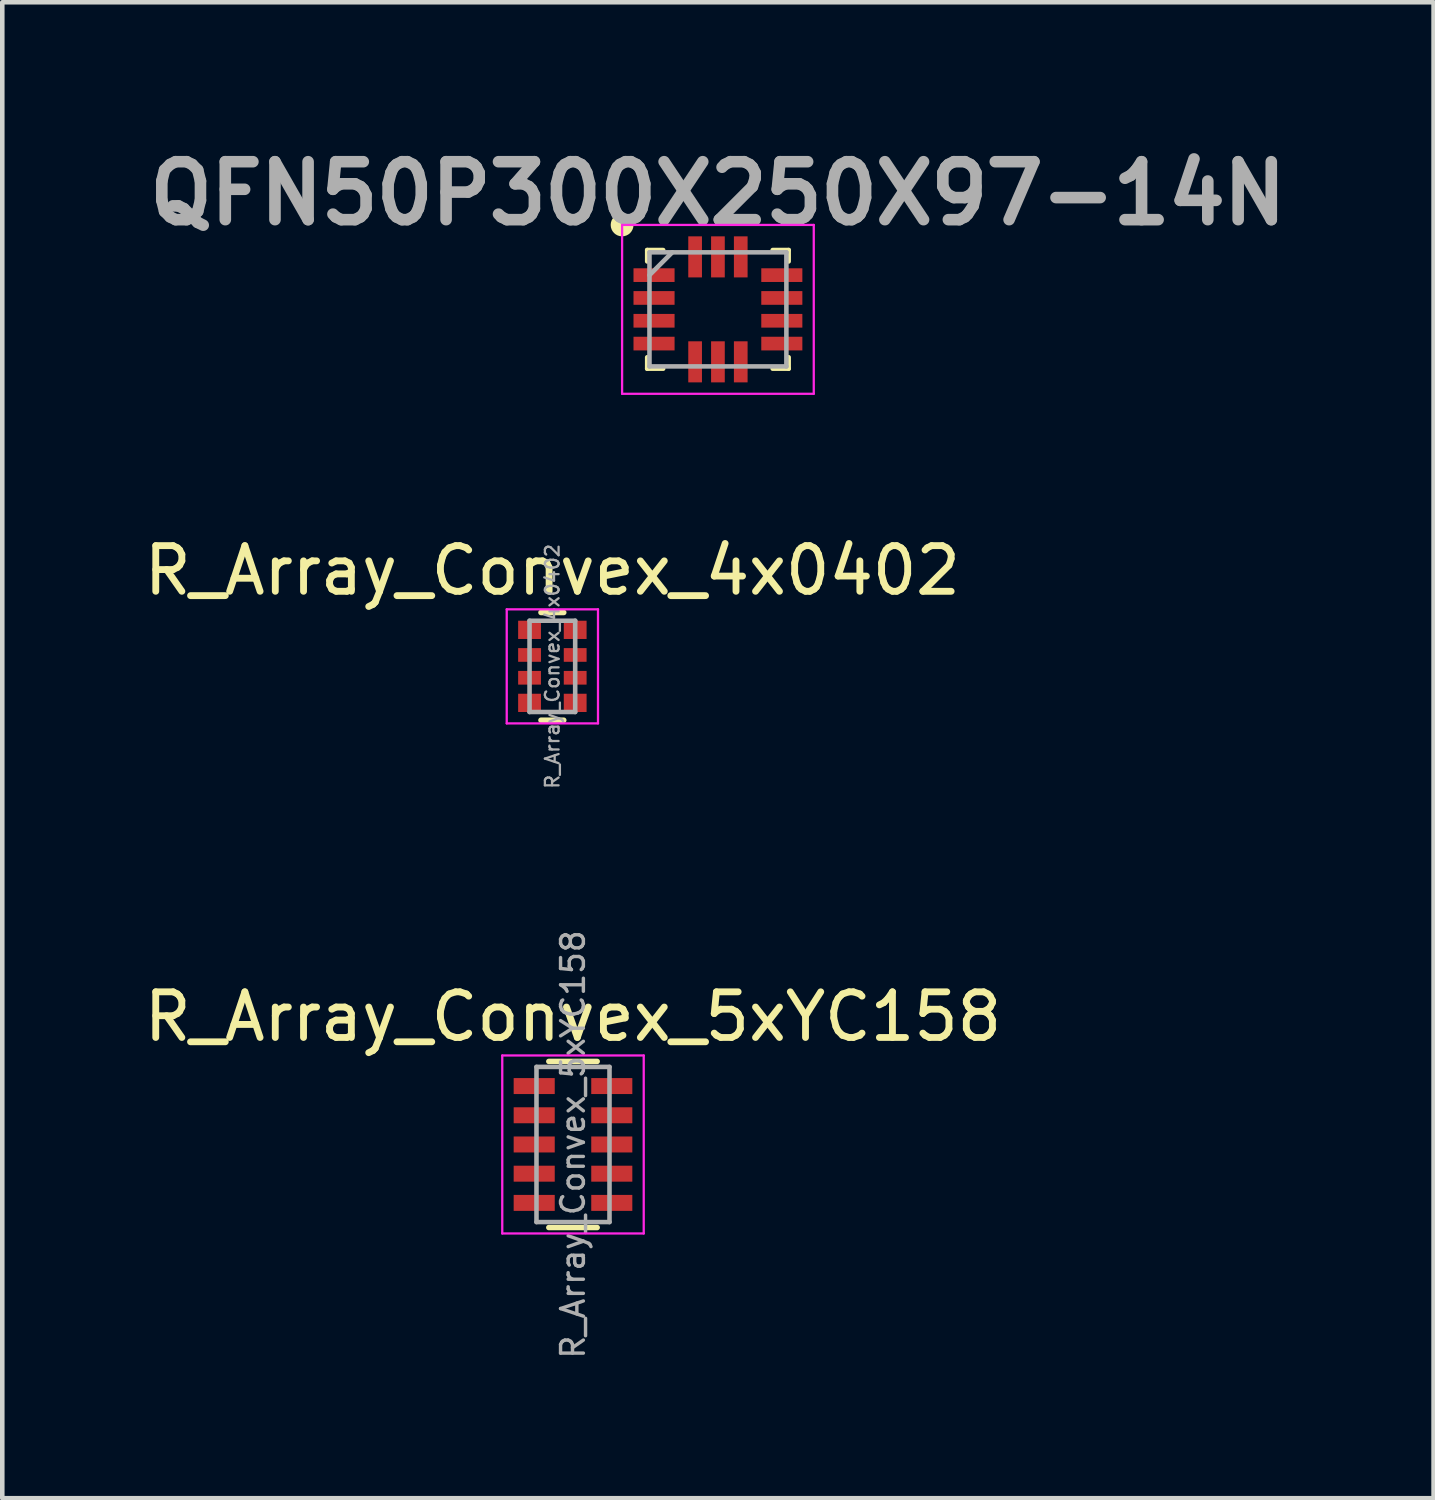
<source format=kicad_pcb>
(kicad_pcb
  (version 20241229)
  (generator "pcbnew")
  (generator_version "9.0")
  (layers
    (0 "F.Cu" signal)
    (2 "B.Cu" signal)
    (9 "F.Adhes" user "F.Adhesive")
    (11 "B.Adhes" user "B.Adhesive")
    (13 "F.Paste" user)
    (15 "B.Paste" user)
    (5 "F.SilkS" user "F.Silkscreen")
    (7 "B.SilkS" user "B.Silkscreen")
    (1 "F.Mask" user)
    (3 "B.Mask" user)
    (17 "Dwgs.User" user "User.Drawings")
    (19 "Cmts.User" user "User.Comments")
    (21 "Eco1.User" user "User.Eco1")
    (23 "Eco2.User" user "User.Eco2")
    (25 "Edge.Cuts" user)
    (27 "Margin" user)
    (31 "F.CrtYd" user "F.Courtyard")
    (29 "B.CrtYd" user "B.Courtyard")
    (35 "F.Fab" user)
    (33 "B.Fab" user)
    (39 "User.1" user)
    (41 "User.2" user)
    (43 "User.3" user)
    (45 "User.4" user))
  (footprint "QFN50P300X250X97-14N"
    (layer "F.Cu")
    (at 12.682 3.729)
    (property "Reference" "QFN50P300X250X97-14N" (at 0 -2.54 0) (layer "F.Fab") (effects (font (size 1.27 1.27) (thickness 0.254))))
    (attr smd)
    (fp_line (start -1.55 -1.3) (end -1.55 -1.05) (stroke (width 0.1) (type solid)) (layer "F.SilkS"))
    (fp_line (start -1.55 1.3) (end -1.55 1.05) (stroke (width 0.1) (type solid)) (layer "F.SilkS"))
    (fp_line (start -1.2 -1.3) (end -1.55 -1.3) (stroke (width 0.1) (type solid)) (layer "F.SilkS"))
    (fp_line (start -1.2 1.3) (end -1.55 1.3) (stroke (width 0.1) (type solid)) (layer "F.SilkS"))
    (fp_line (start 1.2 -1.3) (end 1.55 -1.3) (stroke (width 0.1) (type solid)) (layer "F.SilkS"))
    (fp_line (start 1.2 1.3) (end 1.55 1.3) (stroke (width 0.1) (type solid)) (layer "F.SilkS"))
    (fp_line (start 1.55 -1.3) (end 1.55 -1.05) (stroke (width 0.1) (type solid)) (layer "F.SilkS"))
    (fp_line (start 1.55 1.3) (end 1.55 1.05) (stroke (width 0.1) (type solid)) (layer "F.SilkS"))
    (fp_circle (center -2.1 -1.85) (end -2.1 -1.725) (stroke (width 0.25) (type solid)) (fill no) (layer "F.SilkS"))
    (fp_line (start -2.1 -1.85) (end 2.1 -1.85) (stroke (width 0.05) (type solid)) (layer "F.CrtYd"))
    (fp_line (start -2.1 1.85) (end -2.1 -1.85) (stroke (width 0.05) (type solid)) (layer "F.CrtYd"))
    (fp_line (start 2.1 -1.85) (end 2.1 1.85) (stroke (width 0.05) (type solid)) (layer "F.CrtYd"))
    (fp_line (start 2.1 1.85) (end -2.1 1.85) (stroke (width 0.05) (type solid)) (layer "F.CrtYd"))
    (fp_line (start -1.5 -1.25) (end 1.5 -1.25) (stroke (width 0.1) (type solid)) (layer "F.Fab"))
    (fp_line (start -1.5 -0.75) (end -1 -1.25) (stroke (width 0.1) (type solid)) (layer "F.Fab"))
    (fp_line (start -1.5 1.25) (end -1.5 -1.25) (stroke (width 0.1) (type solid)) (layer "F.Fab"))
    (fp_line (start 1.5 -1.25) (end 1.5 1.25) (stroke (width 0.1) (type solid)) (layer "F.Fab"))
    (fp_line (start 1.5 1.25) (end -1.5 1.25) (stroke (width 0.1) (type solid)) (layer "F.Fab"))
    (fp_line (start -0.75 -0.25) (end -0.5 -0.75) (stroke (width 0.01) (type solid)) (layer "User.1"))
    (fp_line (start -0.5 -0.75) (end -0.25 -0.25) (stroke (width 0.01) (type solid)) (layer "User.1"))
    (fp_line (start -0.5 0.25) (end -0.5 -0.75) (stroke (width 0.01) (type solid)) (layer "User.1"))
    (fp_line (start -0.25 0.5) (end 0.75 0.5) (stroke (width 0.01) (type solid)) (layer "User.1"))
    (fp_line (start 0.25 0.25) (end 0.75 0.5) (stroke (width 0.01) (type solid)) (layer "User.1"))
    (fp_line (start 0.75 0.5) (end 0.25 0.75) (stroke (width 0.01) (type solid)) (layer "User.1"))
    (fp_circle (center -0.5 0.5) (end -0.5 0.5) (stroke (width 0.12) (type solid)) (fill no) (layer "User.1"))
    (fp_circle (center -0.5 0.5) (end -0.25 0.5) (stroke (width 0.01) (type solid)) (fill no) (layer "User.1"))
    (fp_text user "From https://github.com/tetra-aero/ICM-42688-P_breakout/blob/main/ICM-42688-P_breakout/ICM-42688-P_breakout.kicad_pcb" (at 0.1 1 0) (unlocked yes) (layer "User.1") (effects (font (size 0.025 0.025) (thickness 0.003))))
    (fp_text user "Z" (at -0.25 0.25 0) (unlocked yes) (layer "User.1") (effects (font (size 0.25 0.25) (thickness 0.015))))
    (fp_text user "X" (at 0.75 0.25 0) (unlocked yes) (layer "User.1") (effects (font (size 0.25 0.25) (thickness 0.015))))
    (fp_text user "Y" (at -0.25 -0.5 0) (unlocked yes) (layer "User.1") (effects (font (size 0.25 0.25) (thickness 0.015))))
    (pad "1" smd rect (at -1.4 -0.75 90) (size 0.3 0.9) (layers "F.Cu" "F.Mask" "F.Paste"))
    (pad "2" smd rect (at -1.4 -0.25 90) (size 0.3 0.9) (layers "F.Cu" "F.Mask" "F.Paste"))
    (pad "3" smd rect (at -1.4 0.25 90) (size 0.3 0.9) (layers "F.Cu" "F.Mask" "F.Paste"))
    (pad "4" smd rect (at -1.4 0.75 90) (size 0.3 0.9) (layers "F.Cu" "F.Mask" "F.Paste"))
    (pad "5" smd rect (at -0.5 1.15) (size 0.3 0.9) (layers "F.Cu" "F.Mask" "F.Paste"))
    (pad "6" smd rect (at 0 1.15) (size 0.3 0.9) (layers "F.Cu" "F.Mask" "F.Paste"))
    (pad "7" smd rect (at 0.5 1.15) (size 0.3 0.9) (layers "F.Cu" "F.Mask" "F.Paste"))
    (pad "8" smd rect (at 1.4 0.75 90) (size 0.3 0.9) (layers "F.Cu" "F.Mask" "F.Paste"))
    (pad "9" smd rect (at 1.4 0.25 90) (size 0.3 0.9) (layers "F.Cu" "F.Mask" "F.Paste"))
    (pad "10" smd rect (at 1.4 -0.25 90) (size 0.3 0.9) (layers "F.Cu" "F.Mask" "F.Paste"))
    (pad "11" smd rect (at 1.4 -0.75 90) (size 0.3 0.9) (layers "F.Cu" "F.Mask" "F.Paste"))
    (pad "12" smd rect (at 0.5 -1.15) (size 0.3 0.9) (layers "F.Cu" "F.Mask" "F.Paste"))
    (pad "13" smd rect (at 0 -1.15) (size 0.3 0.9) (layers "F.Cu" "F.Mask" "F.Paste"))
    (pad "14" smd rect (at -0.5 -1.15) (size 0.3 0.9) (layers "F.Cu" "F.Mask" "F.Paste")))
  (footprint "R_Array_Convex_4x0402"
    (layer "F.Cu")
    (at 9.054 11.552)
    (property "Reference" "R_Array_Convex_4x0402" (at 0 -2.1 0) (layer "F.SilkS") (effects (font (size 1 1) (thickness 0.15))))
    (attr smd)
    (fp_line (start 0.25 -1.18) (end -0.25 -1.18) (stroke (width 0.12) (type solid)) (layer "F.SilkS"))
    (fp_line (start 0.25 1.18) (end -0.25 1.18) (stroke (width 0.12) (type solid)) (layer "F.SilkS"))
    (fp_line (start -1 -1.25) (end -1 1.25) (stroke (width 0.05) (type solid)) (layer "F.CrtYd"))
    (fp_line (start -1 -1.25) (end 1 -1.25) (stroke (width 0.05) (type solid)) (layer "F.CrtYd"))
    (fp_line (start 1 1.25) (end -1 1.25) (stroke (width 0.05) (type solid)) (layer "F.CrtYd"))
    (fp_line (start 1 1.25) (end 1 -1.25) (stroke (width 0.05) (type solid)) (layer "F.CrtYd"))
    (fp_line (start -0.5 -1) (end 0.5 -1) (stroke (width 0.1) (type solid)) (layer "F.Fab"))
    (fp_line (start -0.5 1) (end -0.5 -1) (stroke (width 0.1) (type solid)) (layer "F.Fab"))
    (fp_line (start 0.5 -1) (end 0.5 1) (stroke (width 0.1) (type solid)) (layer "F.Fab"))
    (fp_line (start 0.5 1) (end -0.5 1) (stroke (width 0.1) (type solid)) (layer "F.Fab"))
    (fp_text user "${REFERENCE}" (at 0 0 90) (layer "F.Fab") (effects (font (size 0.3 0.3) (thickness 0.05))))
    (pad "1" smd rect (at -0.5 -0.8) (size 0.5 0.4) (layers "F.Cu" "F.Mask" "F.Paste"))
    (pad "2" smd rect (at -0.5 -0.25) (size 0.5 0.3) (layers "F.Cu" "F.Mask" "F.Paste"))
    (pad "3" smd rect (at -0.5 0.25) (size 0.5 0.3) (layers "F.Cu" "F.Mask" "F.Paste"))
    (pad "4" smd rect (at -0.5 0.8) (size 0.5 0.4) (layers "F.Cu" "F.Mask" "F.Paste"))
    (pad "5" smd rect (at 0.5 0.8) (size 0.5 0.4) (layers "F.Cu" "F.Mask" "F.Paste"))
    (pad "6" smd rect (at 0.5 0.25) (size 0.5 0.3) (layers "F.Cu" "F.Mask" "F.Paste"))
    (pad "7" smd rect (at 0.5 -0.25) (size 0.5 0.3) (layers "F.Cu" "F.Mask" "F.Paste"))
    (pad "8" smd rect (at 0.5 -0.8) (size 0.5 0.4) (layers "F.Cu" "F.Mask" "F.Paste")))
  (footprint "R_Array_Convex_5xYC158"
    (layer "F.Cu")
    (at 9.506 22.029)
    (property "Reference" "R_Array_Convex_5xYC158" (at 0 -2.8 0) (layer "F.SilkS") (effects (font (size 1 1) (thickness 0.15))))
    (attr smd)
    (fp_line (start 0.53 -1.82) (end -0.53 -1.82) (stroke (width 0.12) (type solid)) (layer "F.SilkS"))
    (fp_line (start 0.53 1.82) (end -0.53 1.82) (stroke (width 0.12) (type solid)) (layer "F.SilkS"))
    (fp_line (start -1.55 -1.95) (end -1.55 1.95) (stroke (width 0.05) (type solid)) (layer "F.CrtYd"))
    (fp_line (start -1.55 -1.95) (end 1.55 -1.95) (stroke (width 0.05) (type solid)) (layer "F.CrtYd"))
    (fp_line (start 1.55 1.95) (end -1.55 1.95) (stroke (width 0.05) (type solid)) (layer "F.CrtYd"))
    (fp_line (start 1.55 1.95) (end 1.55 -1.95) (stroke (width 0.05) (type solid)) (layer "F.CrtYd"))
    (fp_line (start -0.8 -1.7) (end -0.8 1.7) (stroke (width 0.1) (type solid)) (layer "F.Fab"))
    (fp_line (start -0.8 1.7) (end 0.8 1.7) (stroke (width 0.1) (type solid)) (layer "F.Fab"))
    (fp_line (start 0.8 -1.7) (end -0.8 -1.7) (stroke (width 0.1) (type solid)) (layer "F.Fab"))
    (fp_line (start 0.8 1.7) (end 0.8 -1.7) (stroke (width 0.1) (type solid)) (layer "F.Fab"))
    (fp_text user "${REFERENCE}" (at 0 0 90) (layer "F.Fab") (effects (font (size 0.5 0.5) (thickness 0.075))))
    (pad "1" smd rect (at -0.85 -1.28) (size 0.9 0.35) (layers "F.Cu" "F.Mask" "F.Paste"))
    (pad "2" smd rect (at -0.85 -0.64) (size 0.9 0.35) (layers "F.Cu" "F.Mask" "F.Paste"))
    (pad "3" smd rect (at -0.85 0) (size 0.9 0.35) (layers "F.Cu" "F.Mask" "F.Paste"))
    (pad "4" smd rect (at -0.85 0.64) (size 0.9 0.35) (layers "F.Cu" "F.Mask" "F.Paste"))
    (pad "5" smd rect (at -0.85 1.28) (size 0.9 0.35) (layers "F.Cu" "F.Mask" "F.Paste"))
    (pad "6" smd rect (at 0.85 1.28) (size 0.9 0.35) (layers "F.Cu" "F.Mask" "F.Paste"))
    (pad "7" smd rect (at 0.85 0.64) (size 0.9 0.35) (layers "F.Cu" "F.Mask" "F.Paste"))
    (pad "8" smd rect (at 0.85 0) (size 0.9 0.35) (layers "F.Cu" "F.Mask" "F.Paste"))
    (pad "9" smd rect (at 0.85 -0.64) (size 0.9 0.35) (layers "F.Cu" "F.Mask" "F.Paste"))
    (pad "10" smd rect (at 0.85 -1.28) (size 0.9 0.35) (layers "F.Cu" "F.Mask" "F.Paste")))
  (gr_rect
    (start -3 -3)
    (end 28.364 29.781)
    (stroke (width 0.1) (type default))
    (fill no)
    (layer "Edge.Cuts")))
</source>
